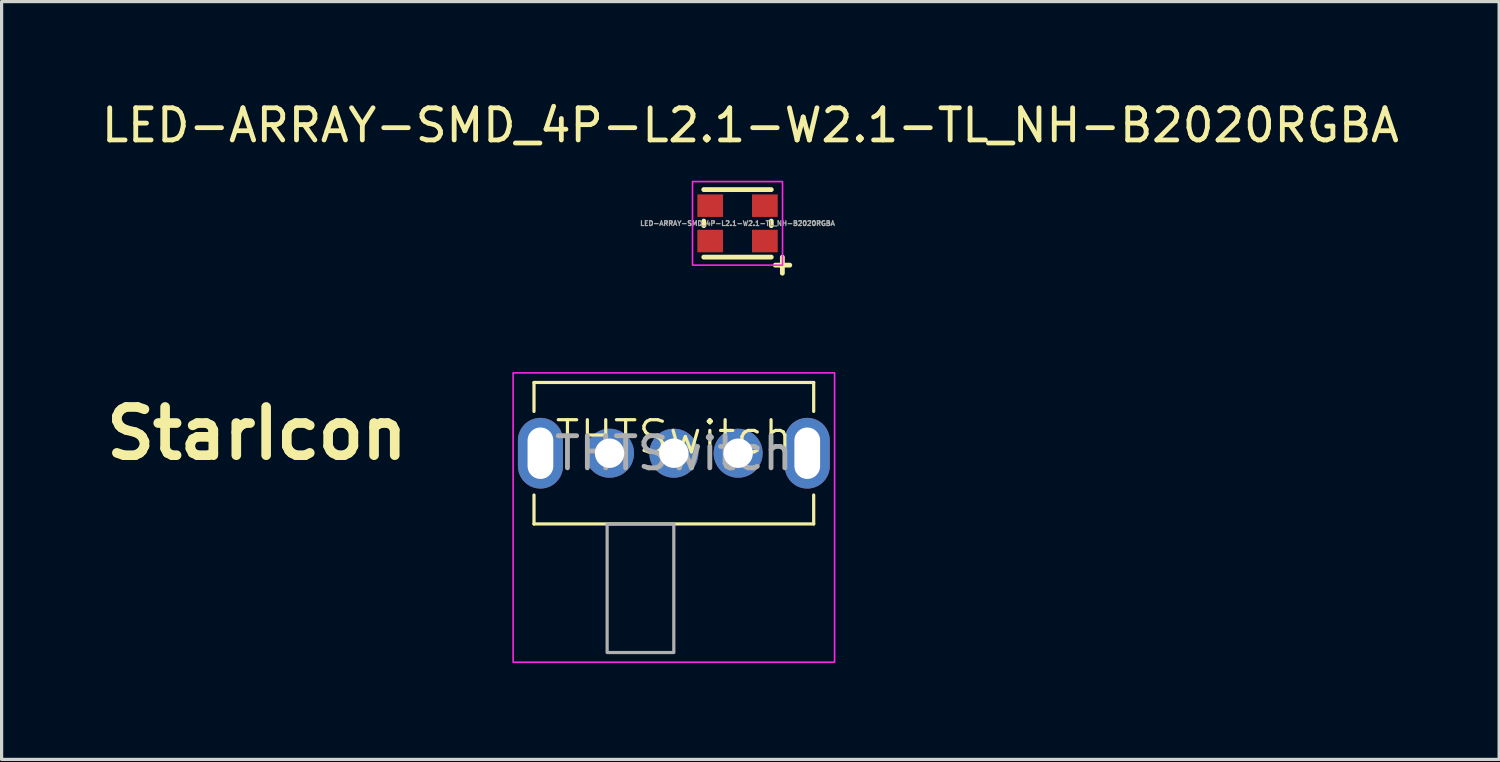
<source format=kicad_pcb>
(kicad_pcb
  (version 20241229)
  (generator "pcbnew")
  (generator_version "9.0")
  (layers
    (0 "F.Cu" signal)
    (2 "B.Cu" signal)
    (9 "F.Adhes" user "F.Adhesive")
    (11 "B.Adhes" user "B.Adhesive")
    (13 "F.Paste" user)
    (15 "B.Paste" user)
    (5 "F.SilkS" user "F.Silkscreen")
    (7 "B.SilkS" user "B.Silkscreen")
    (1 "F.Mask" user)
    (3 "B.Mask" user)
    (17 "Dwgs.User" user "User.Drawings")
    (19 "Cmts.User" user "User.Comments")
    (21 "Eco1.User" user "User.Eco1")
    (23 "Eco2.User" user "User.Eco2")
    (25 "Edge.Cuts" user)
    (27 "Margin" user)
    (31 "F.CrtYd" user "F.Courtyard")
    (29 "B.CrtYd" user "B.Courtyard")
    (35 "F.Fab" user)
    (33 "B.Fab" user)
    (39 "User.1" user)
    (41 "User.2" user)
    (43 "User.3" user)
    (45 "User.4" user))
  (footprint "THTSwitch"
    (layer "F.Cu")
    (at 17.911 11.048)
    (property "Reference" "THTSwitch" (at 0 -0.5 0) (unlocked yes) (layer "F.SilkS") (effects (font (size 1 1) (thickness 0.1))))
    (attr through_hole)
    (fp_line (start -4.35 -2.2) (end -4.35 -1.3) (stroke (width 0.1) (type default)) (layer "F.SilkS"))
    (fp_line (start -4.35 1.3) (end -4.35 2.2) (stroke (width 0.1) (type default)) (layer "F.SilkS"))
    (fp_line (start -4.35 2.2) (end 4.35 2.2) (stroke (width 0.1) (type default)) (layer "F.SilkS"))
    (fp_line (start 4.35 -2.2) (end -4.35 -2.2) (stroke (width 0.1) (type default)) (layer "F.SilkS"))
    (fp_line (start 4.35 -2.2) (end 4.35 -1.3) (stroke (width 0.1) (type default)) (layer "F.SilkS"))
    (fp_line (start 4.35 1.3) (end 4.35 2.2) (stroke (width 0.1) (type default)) (layer "F.SilkS"))
    (fp_rect (start -5 -2.5) (end 5 6.5) (stroke (width 0.05) (type default)) (fill no) (layer "F.CrtYd"))
    (fp_rect (start -2.075 2.2) (end -0.001 6.2) (stroke (width 0.1) (type default)) (fill no) (layer "F.Fab"))
    (fp_text user "${REFERENCE}" (at 0 0 0) (unlocked yes) (layer "F.Fab") (effects (font (size 1 1) (thickness 0.15))))
    (pad "1" thru_hole circle (at -2 0) (size 1.524 1.524) (drill 0.914) (layers "*.Cu" "*.Mask"))
    (pad "2" thru_hole circle (at 0 0) (size 1.524 1.524) (drill 0.914) (layers "*.Cu" "*.Mask"))
    (pad "3" thru_hole circle (at 2 0) (size 1.524 1.524) (drill 0.914) (layers "*.Cu" "*.Mask"))
    (pad "MP" thru_hole oval (at -4.15 0) (size 1.4 2.2) (drill oval 0.8 1.6) (layers "*.Cu" "*.Mask"))
    (pad "MP" thru_hole oval (at 4.15 0) (size 1.4 2.2) (drill oval 0.8 1.6) (layers "*.Cu" "*.Mask")))
  (footprint "StarIcon"
    (layer "F.Cu")
    (at 4.943 10.431)
    (property "Reference" "StarIcon" (at 0 0 0) (layer "F.SilkS") (effects (font (size 1.5 1.5) (thickness 0.3))))
    (attr board_only exclude_from_pos_files exclude_from_bom)
    (fp_poly (pts (xy -0.493 -1.899) (xy -0.319 -1.874) (xy -0.144 -1.833) (xy 0.032 -1.776) (xy 0.207 -1.704) (xy 0.381 -1.617) (xy 0.553 -1.516) (xy 0.721 -1.401) (xy 0.884 -1.273) (xy 1.042 -1.133) (xy 1.067 -1.108) (xy 1.151 -1.023) (xy 1.233 -0.934) (xy 1.316 -0.837) (xy 1.402 -0.728) (xy 1.414 -0.712) (xy 1.484 -0.614) (xy 1.553 -0.503) (xy 1.62 -0.384) (xy 1.683 -0.259) (xy 1.741 -0.132) (xy 1.791 -0.008) (xy 1.831 0.11) (xy 1.85 0.176) (xy 1.879 0.311) (xy 1.899 0.448) (xy 1.909 0.582) (xy 1.909 0.711) (xy 1.898 0.831) (xy 1.891 0.878) (xy 1.856 1.019) (xy 1.809 1.148) (xy 1.748 1.265) (xy 1.675 1.371) (xy 1.588 1.465) (xy 1.488 1.547) (xy 1.376 1.618) (xy 1.333 1.64) (xy 1.228 1.686) (xy 1.124 1.72) (xy 1.017 1.743) (xy 0.903 1.757) (xy 0.804 1.762) (xy 0.755 1.763) (xy 0.709 1.763) (xy 0.67 1.763) (xy 0.643 1.762) (xy 0.637 1.762) (xy 0.579 1.755) (xy 0.519 1.745) (xy 0.458 1.734) (xy 0.401 1.723) (xy 0.35 1.711) (xy 0.308 1.699) (xy 0.277 1.689) (xy 0.262 1.68) (xy 0.253 1.667) (xy 0.24 1.64) (xy 0.225 1.605) (xy 0.212 1.574) (xy 0.199 1.537) (xy 0.18 1.488) (xy 0.158 1.431) (xy 0.135 1.37) (xy 0.112 1.308) (xy 0.106 1.294) (xy 0.086 1.24) (xy 0.068 1.191) (xy 0.053 1.15) (xy 0.042 1.119) (xy 0.036 1.1) (xy 0.035 1.096) (xy 0.042 1.088) (xy 0.061 1.071) (xy 0.089 1.049) (xy 0.123 1.023) (xy 0.133 1.015) (xy 0.182 0.98) (xy 0.219 0.954) (xy 0.246 0.936) (xy 0.266 0.925) (xy 0.283 0.92) (xy 0.298 0.92) (xy 0.315 0.924) (xy 0.335 0.932) (xy 0.354 0.939) (xy 0.48 0.981) (xy 0.606 1.011) (xy 0.729 1.028) (xy 0.847 1.034) (xy 0.959 1.028) (xy 1.062 1.009) (xy 1.103 0.997) (xy 1.155 0.979) (xy 1.196 0.962) (xy 1.232 0.942) (xy 1.268 0.916) (xy 1.295 0.895) (xy 1.357 0.838) (xy 1.408 0.773) (xy 1.45 0.697) (xy 1.486 0.608) (xy 1.486 0.607) (xy 1.494 0.581) (xy 1.5 0.554) (xy 1.504 0.522) (xy 1.507 0.481) (xy 1.509 0.428) (xy 1.51 0.402) (xy 1.511 0.311) (xy 1.507 0.23) (xy 1.497 0.155) (xy 1.482 0.079) (xy 1.458 -0.002) (xy 1.445 -0.044) (xy 1.382 -0.208) (xy 1.302 -0.371) (xy 1.208 -0.532) (xy 1.1 -0.688) (xy 0.979 -0.838) (xy 0.846 -0.981) (xy 0.704 -1.115) (xy 0.553 -1.239) (xy 0.426 -1.329) (xy 0.261 -1.432) (xy 0.097 -1.517) (xy -0.07 -1.588) (xy -0.24 -1.644) (xy -0.391 -1.681) (xy -0.438 -1.691) (xy -0.477 -1.698) (xy -0.512 -1.703) (xy -0.547 -1.706) (xy -0.587 -1.708) (xy -0.636 -1.709) (xy -0.698 -1.709) (xy -0.703 -1.709) (xy -0.768 -1.709) (xy -0.819 -1.708) (xy -0.86 -1.707) (xy -0.894 -1.704) (xy -0.925 -1.699) (xy -0.956 -1.693) (xy -0.97 -1.69) (xy -1.089 -1.658) (xy -1.193 -1.619) (xy -1.287 -1.573) (xy -1.373 -1.516) (xy -1.454 -1.447) (xy -1.478 -1.424) (xy -1.556 -1.338) (xy -1.622 -1.245) (xy -1.674 -1.145) (xy -1.715 -1.036) (xy -1.745 -0.915) (xy -1.763 -0.8) (xy -1.77 -0.719) (xy -1.773 -0.649) (xy -1.77 -0.585) (xy -1.762 -0.522) (xy -1.761 -0.521) (xy -1.76 -0.502) (xy -1.764 -0.492) (xy -1.764 -0.492) (xy -1.771 -0.501) (xy -1.777 -0.524) (xy -1.782 -0.56) (xy -1.786 -0.605) (xy -1.79 -0.658) (xy -1.792 -0.715) (xy -1.793 -0.774) (xy -1.793 -0.832) (xy -1.791 -0.888) (xy -1.788 -0.937) (xy -1.784 -0.978) (xy -1.784 -0.978) (xy -1.754 -1.119) (xy -1.711 -1.251) (xy -1.653 -1.372) (xy -1.583 -1.482) (xy -1.5 -1.581) (xy -1.404 -1.668) (xy -1.296 -1.742) (xy -1.21 -1.789) (xy -1.087 -1.84) (xy -0.963 -1.876) (xy -0.833 -1.899) (xy -0.694 -1.908) (xy -0.664 -1.908)) (stroke (width 0) (type solid)) (fill yes) (layer "F.Mask"))
    (fp_poly (pts (xy -0.642 -0.414) (xy -0.602 -0.398) (xy -0.568 -0.37) (xy -0.551 -0.345) (xy -0.545 -0.331) (xy -0.535 -0.303) (xy -0.521 -0.262) (xy -0.503 -0.21) (xy -0.482 -0.149) (xy -0.459 -0.082) (xy -0.435 -0.009) (xy -0.427 0.014) (xy -0.315 0.349) (xy -0.204 0.355) (xy -0.165 0.356) (xy -0.113 0.358) (xy -0.05 0.359) (xy 0.02 0.36) (xy 0.094 0.36) (xy 0.167 0.36) (xy 0.174 0.36) (xy 0.25 0.361) (xy 0.31 0.361) (xy 0.357 0.361) (xy 0.393 0.362) (xy 0.42 0.364) (xy 0.439 0.366) (xy 0.454 0.37) (xy 0.465 0.374) (xy 0.475 0.378) (xy 0.512 0.405) (xy 0.535 0.441) (xy 0.544 0.487) (xy 0.545 0.501) (xy 0.543 0.532) (xy 0.538 0.558) (xy 0.534 0.569) (xy 0.524 0.579) (xy 0.501 0.598) (xy 0.469 0.623) (xy 0.429 0.654) (xy 0.384 0.687) (xy 0.365 0.701) (xy 0.282 0.76) (xy 0.203 0.817) (xy 0.131 0.869) (xy 0.065 0.916) (xy 0.008 0.957) (xy -0.041 0.992) (xy -0.079 1.019) (xy -0.105 1.039) (xy -0.119 1.049) (xy -0.121 1.05) (xy -0.119 1.059) (xy -0.11 1.082) (xy -0.097 1.117) (xy -0.08 1.164) (xy -0.059 1.22) (xy -0.036 1.283) (xy -0.01 1.35) (xy 0.024 1.44) (xy 0.052 1.515) (xy 0.075 1.576) (xy 0.093 1.626) (xy 0.107 1.666) (xy 0.117 1.698) (xy 0.124 1.723) (xy 0.129 1.744) (xy 0.131 1.76) (xy 0.132 1.775) (xy 0.132 1.779) (xy 0.124 1.821) (xy 0.102 1.856) (xy 0.07 1.884) (xy 0.031 1.902) (xy -0.012 1.908) (xy -0.055 1.901) (xy -0.072 1.894) (xy -0.086 1.885) (xy -0.113 1.867) (xy -0.149 1.843) (xy -0.193 1.813) (xy -0.242 1.779) (xy -0.28 1.751) (xy -0.338 1.711) (xy -0.398 1.668) (xy -0.456 1.627) (xy -0.51 1.589) (xy -0.555 1.557) (xy -0.57 1.546) (xy -0.609 1.519) (xy -0.643 1.498) (xy -0.669 1.482) (xy -0.686 1.475) (xy -0.689 1.475) (xy -0.7 1.482) (xy -0.721 1.497) (xy -0.751 1.519) (xy -0.787 1.544) (xy -0.796 1.551) (xy -0.838 1.581) (xy -0.881 1.612) (xy -0.92 1.64) (xy -0.95 1.66) (xy -0.988 1.687) (xy -1.03 1.717) (xy -1.064 1.741) (xy -1.128 1.786) (xy -1.179 1.823) (xy -1.22 1.851) (xy -1.251 1.872) (xy -1.275 1.888) (xy -1.293 1.898) (xy -1.307 1.904) (xy -1.319 1.907) (xy -1.331 1.908) (xy -1.344 1.908) (xy -1.349 1.908) (xy -1.389 1.904) (xy -1.42 1.891) (xy -1.424 1.888) (xy -1.459 1.86) (xy -1.481 1.828) (xy -1.491 1.79) (xy -1.49 1.744) (xy -1.478 1.688) (xy -1.469 1.656) (xy -1.457 1.62) (xy -1.442 1.572) (xy -1.424 1.516) (xy -1.405 1.455) (xy -1.385 1.395) (xy -1.384 1.389) (xy -1.365 1.33) (xy -1.346 1.27) (xy -1.328 1.215) (xy -1.313 1.168) (xy -1.301 1.134) (xy -1.3 1.13) (xy -1.289 1.096) (xy -1.281 1.067) (xy -1.276 1.049) (xy -1.275 1.045) (xy -1.282 1.039) (xy -1.301 1.023) (xy -1.332 1) (xy -1.373 0.969) (xy -1.422 0.932) (xy -1.478 0.891) (xy -1.54 0.846) (xy -1.574 0.821) (xy -1.638 0.774) (xy -1.699 0.729) (xy -1.753 0.688) (xy -1.801 0.652) (xy -1.84 0.622) (xy -1.868 0.599) (xy -1.884 0.584) (xy -1.888 0.581) (xy -1.897 0.559) (xy -1.904 0.528) (xy -1.906 0.51) (xy -1.903 0.463) (xy -1.884 0.423) (xy -1.85 0.389) (xy -1.838 0.38) (xy -1.83 0.375) (xy -1.821 0.371) (xy -1.81 0.367) (xy -1.795 0.365) (xy -1.774 0.363) (xy -1.745 0.362) (xy -1.706 0.361) (xy -1.656 0.36) (xy -1.591 0.36) (xy -1.511 0.36) (xy -1.504 0.36) (xy -1.429 0.359) (xy -1.355 0.358) (xy -1.287 0.358) (xy -1.226 0.356) (xy -1.175 0.355) (xy -1.138 0.354) (xy -1.122 0.353) (xy -1.043 0.347) (xy -0.928 0.004) (xy -0.903 -0.071) (xy -0.879 -0.142) (xy -0.857 -0.206) (xy -0.837 -0.262) (xy -0.82 -0.307) (xy -0.808 -0.341) (xy -0.8 -0.36) (xy -0.798 -0.363) (xy -0.768 -0.394) (xy -0.729 -0.413) (xy -0.686 -0.419)) (stroke (width 0) (type solid)) (fill yes) (layer "F.Mask")))
  (footprint "LED-ARRAY-SMD_4P-L2.1-W2.1-TL_NH-B2020RGBA"
    (layer "F.Cu")
    (at 19.892 3.898)
    (property "Reference" "LED-ARRAY-SMD_4P-L2.1-W2.1-TL_NH-B2020RGBA" (at 0.4 -3.05 0) (layer "F.SilkS") (effects (font (size 1 1) (thickness 0.15))))
    (attr smd)
    (fp_line (start -1.05 -1.05) (end 1.05 -1.05) (stroke (width 0.15) (type solid)) (layer "F.SilkS"))
    (fp_line (start -1.05 -0.071) (end -1.05 0.071) (stroke (width 0.15) (type solid)) (layer "F.SilkS"))
    (fp_line (start -1.05 1.05) (end 1.05 1.05) (stroke (width 0.15) (type solid)) (layer "F.SilkS"))
    (fp_line (start 1.05 -0.071) (end 1.05 0.071) (stroke (width 0.15) (type solid)) (layer "F.SilkS"))
    (fp_line (start 1.175 1.3) (end 1.625 1.3) (stroke (width 0.15) (type solid)) (layer "F.SilkS"))
    (fp_line (start 1.395 1.05) (end 1.395 1.55) (stroke (width 0.15) (type solid)) (layer "F.SilkS"))
    (fp_circle (center -1.05 -1.05) (end -1.02 -1.05) (stroke (width 0.06) (type solid)) (fill no) (layer "F.SilkS"))
    (fp_rect (start -1.4 -1.3) (end 1.4 1.3) (stroke (width 0.05) (type default)) (fill no) (layer "F.CrtYd"))
    (fp_text user "${REFERENCE}" (at 0 0 0) (layer "F.Fab") (effects (font (size 0.15 0.15) (thickness 0.037))))
    (pad "1" smd rect (at -0.85 -0.55) (size 0.8 0.7) (layers "F.Cu" "F.Mask" "F.Paste"))
    (pad "2" smd rect (at 0.85 -0.55) (size 0.8 0.7) (layers "F.Cu" "F.Mask" "F.Paste"))
    (pad "3" smd rect (at 0.85 0.55) (size 0.8 0.7) (layers "F.Cu" "F.Mask" "F.Paste"))
    (pad "4" smd rect (at -0.85 0.55) (size 0.8 0.7) (layers "F.Cu" "F.Mask" "F.Paste")))
  (gr_rect
    (start -3 -3)
    (end 43.583 20.573)
    (stroke (width 0.1) (type default))
    (fill no)
    (layer "Edge.Cuts")))
</source>
